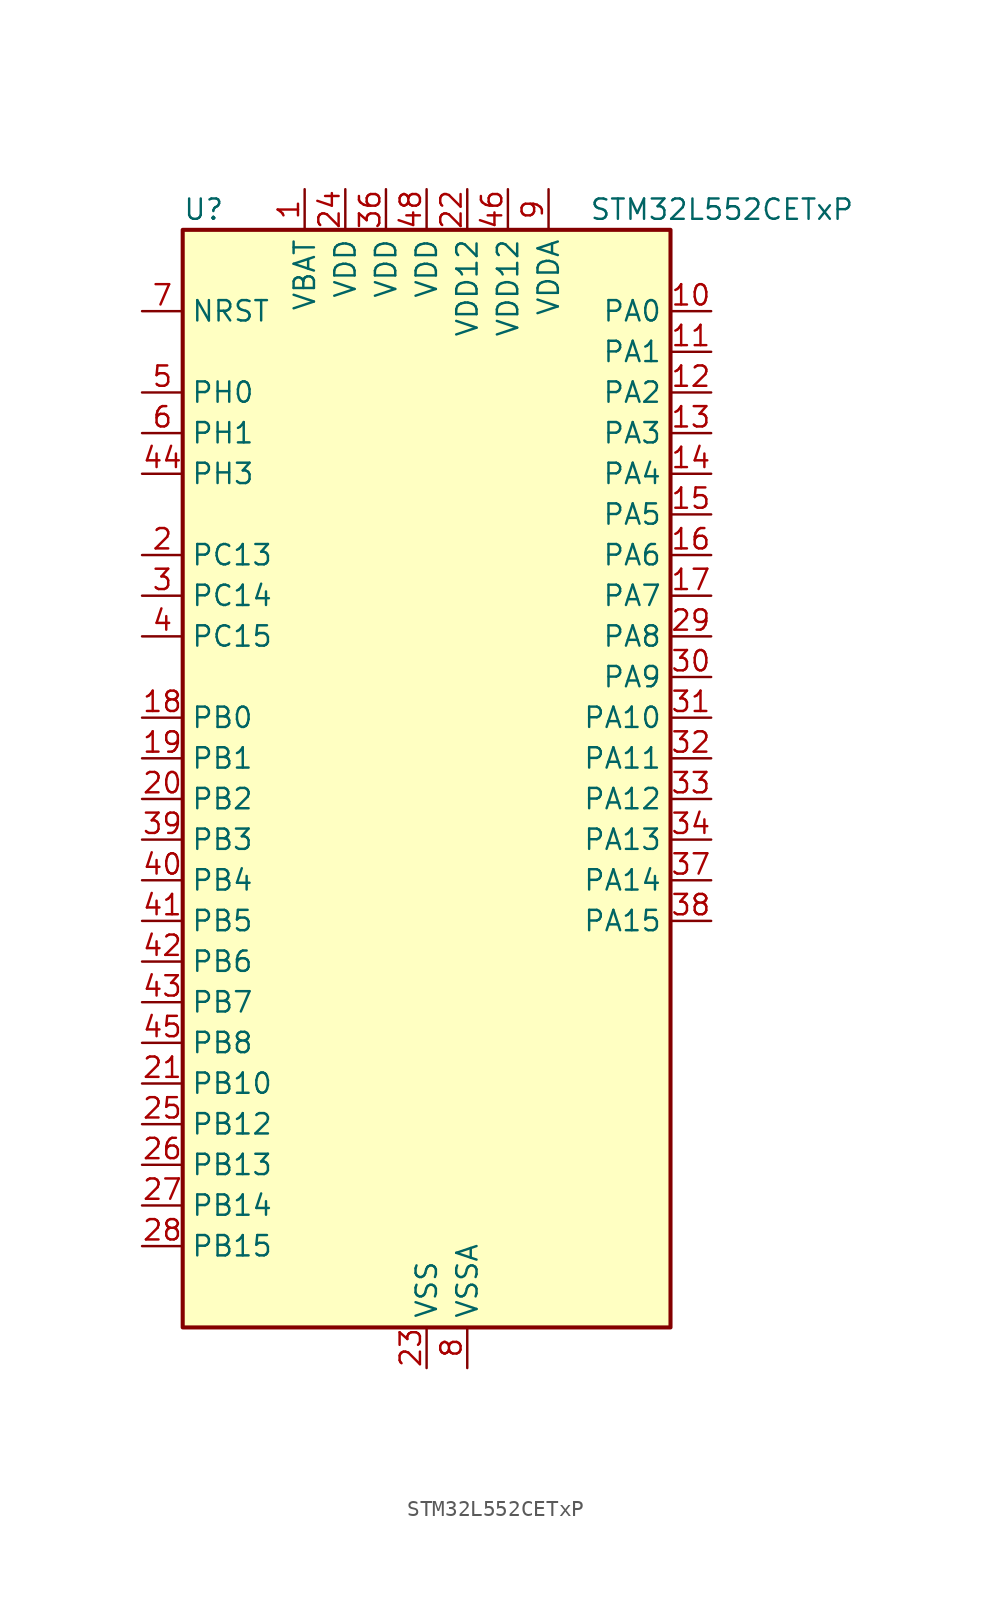
<source format=kicad_sym>
(kicad_symbol_lib
  (version 20241209)
  (generator "kicad_symbol_editor")
  (generator_version "9.0")
  (symbol "STM32L552CETxP"
    (property "Reference" "U"
      (at -15.24 36.83 0)
      (effects (font (size 1.27 1.27)) (justify left)))
    (property "Value" "STM32L552CETxP"
      (at 10.16 36.83 0)
      (effects (font (size 1.27 1.27)) (justify left)))
    (symbol "STM32L552CETxP_0_1"
      (rectangle (start -15.24 -33.02) (end 15.24 35.56) (stroke (width 0.254) (type default)) (fill (type background))))
    (symbol "STM32L552CETxP_1_1"
      (pin input line (at -17.78 30.48 0) (length 2.54) (name "NRST" (effects (font (size 1.27 1.27)))) (number "7" (effects (font (size 1.27 1.27)))))
      (pin bidirectional line (at -17.78 25.4 0) (length 2.54) (name "PH0" (effects (font (size 1.27 1.27)))) (number "5" (effects (font (size 1.27 1.27)))) (alternate "RCC_OSC_IN" bidirectional line))
      (pin bidirectional line (at -17.78 22.86 0) (length 2.54) (name "PH1" (effects (font (size 1.27 1.27)))) (number "6" (effects (font (size 1.27 1.27)))) (alternate "RCC_OSC_OUT" bidirectional line))
      (pin bidirectional line (at -17.78 20.32 0) (length 2.54) (name "PH3" (effects (font (size 1.27 1.27)))) (number "44" (effects (font (size 1.27 1.27)))))
      (pin bidirectional line (at -17.78 15.24 0) (length 2.54) (name "PC13" (effects (font (size 1.27 1.27)))) (number "2" (effects (font (size 1.27 1.27)))) (alternate "PWR_WKUP2" bidirectional line) (alternate "RTC_OUT1" bidirectional line) (alternate "RTC_TS" bidirectional line) (alternate "TAMP_IN1" bidirectional line) (alternate "TAMP_OUT2" bidirectional line))
      (pin bidirectional line (at -17.78 12.7 0) (length 2.54) (name "PC14" (effects (font (size 1.27 1.27)))) (number "3" (effects (font (size 1.27 1.27)))) (alternate "RCC_OSC32_IN" bidirectional line))
      (pin bidirectional line (at -17.78 10.16 0) (length 2.54) (name "PC15" (effects (font (size 1.27 1.27)))) (number "4" (effects (font (size 1.27 1.27)))) (alternate "ADC1_EXTI15" bidirectional line) (alternate "ADC2_EXTI15" bidirectional line) (alternate "RCC_OSC32_OUT" bidirectional line))
      (pin bidirectional line (at -17.78 5.08 0) (length 2.54) (name "PB0" (effects (font (size 1.27 1.27)))) (number "18" (effects (font (size 1.27 1.27)))) (alternate "ADC1_IN15" bidirectional line) (alternate "ADC2_IN15" bidirectional line) (alternate "COMP1_OUT" bidirectional line) (alternate "OCTOSPI1_IO1" bidirectional line) (alternate "OPAMP2_VOUT" bidirectional line) (alternate "SAI1_EXTCLK" bidirectional line) (alternate "SPI1_NSS" bidirectional line) (alternate "TIM1_CH2N" bidirectional line) (alternate "TIM3_CH3" bidirectional line) (alternate "TIM8_CH2N" bidirectional line) (alternate "USART3_CK" bidirectional line))
      (pin bidirectional line (at -17.78 2.54 0) (length 2.54) (name "PB1" (effects (font (size 1.27 1.27)))) (number "19" (effects (font (size 1.27 1.27)))) (alternate "ADC1_IN16" bidirectional line) (alternate "ADC2_IN16" bidirectional line) (alternate "COMP1_INM" bidirectional line) (alternate "DFSDM1_DATIN0" bidirectional line) (alternate "LPTIM2_IN1" bidirectional line) (alternate "LPUART1_DE" bidirectional line) (alternate "LPUART1_RTS" bidirectional line) (alternate "OCTOSPI1_IO0" bidirectional line) (alternate "TIM1_CH3N" bidirectional line) (alternate "TIM3_CH4" bidirectional line) (alternate "TIM8_CH3N" bidirectional line) (alternate "USART3_DE" bidirectional line) (alternate "USART3_RTS" bidirectional line))
      (pin bidirectional line (at -17.78 0 0) (length 2.54) (name "PB2" (effects (font (size 1.27 1.27)))) (number "20" (effects (font (size 1.27 1.27)))) (alternate "COMP1_INP" bidirectional line) (alternate "DFSDM1_CKIN0" bidirectional line) (alternate "I2C3_SMBA" bidirectional line) (alternate "LPTIM1_OUT" bidirectional line) (alternate "OCTOSPI1_DQS" bidirectional line) (alternate "RTC_OUT2" bidirectional line) (alternate "UCPD1_FRSTX1" bidirectional line))
      (pin bidirectional line (at -17.78 -2.54 0) (length 2.54) (name "PB3" (effects (font (size 1.27 1.27)))) (number "39" (effects (font (size 1.27 1.27)))) (alternate "COMP2_INM" bidirectional line) (alternate "CRS_SYNC" bidirectional line) (alternate "DEBUG_JTDO-SWO" bidirectional line) (alternate "SAI1_SCK_B" bidirectional line) (alternate "SPI1_SCK" bidirectional line) (alternate "SPI3_SCK" bidirectional line) (alternate "TIM2_CH2" bidirectional line) (alternate "USART1_DE" bidirectional line) (alternate "USART1_RTS" bidirectional line))
      (pin bidirectional line (at -17.78 -5.08 0) (length 2.54) (name "PB4" (effects (font (size 1.27 1.27)))) (number "40" (effects (font (size 1.27 1.27)))) (alternate "COMP2_INP" bidirectional line) (alternate "DEBUG_JTRST" bidirectional line) (alternate "I2C3_SDA" bidirectional line) (alternate "SAI1_MCLK_B" bidirectional line) (alternate "SPI1_MISO" bidirectional line) (alternate "SPI3_MISO" bidirectional line) (alternate "TIM17_BKIN" bidirectional line) (alternate "TIM3_CH1" bidirectional line) (alternate "TSC_G2_IO1" bidirectional line) (alternate "USART1_CTS" bidirectional line) (alternate "USART1_NSS" bidirectional line))
      (pin bidirectional line (at -17.78 -7.62 0) (length 2.54) (name "PB5" (effects (font (size 1.27 1.27)))) (number "41" (effects (font (size 1.27 1.27)))) (alternate "COMP2_OUT" bidirectional line) (alternate "I2C1_SMBA" bidirectional line) (alternate "LPTIM1_IN1" bidirectional line) (alternate "OCTOSPI1_NCLK" bidirectional line) (alternate "SAI1_SD_B" bidirectional line) (alternate "SPI1_MOSI" bidirectional line) (alternate "SPI3_MOSI" bidirectional line) (alternate "TIM16_BKIN" bidirectional line) (alternate "TIM3_CH2" bidirectional line) (alternate "TSC_G2_IO2" bidirectional line) (alternate "UCPD1_DBCC1" bidirectional line) (alternate "USART1_CK" bidirectional line))
      (pin bidirectional line (at -17.78 -10.16 0) (length 2.54) (name "PB6" (effects (font (size 1.27 1.27)))) (number "42" (effects (font (size 1.27 1.27)))) (alternate "COMP2_INP" bidirectional line) (alternate "I2C1_SCL" bidirectional line) (alternate "I2C4_SCL" bidirectional line) (alternate "LPTIM1_ETR" bidirectional line) (alternate "SAI1_FS_B" bidirectional line) (alternate "TIM16_CH1N" bidirectional line) (alternate "TIM4_CH1" bidirectional line) (alternate "TIM8_BKIN2" bidirectional line) (alternate "TSC_G2_IO3" bidirectional line) (alternate "USART1_TX" bidirectional line))
      (pin bidirectional line (at -17.78 -12.7 0) (length 2.54) (name "PB7" (effects (font (size 1.27 1.27)))) (number "43" (effects (font (size 1.27 1.27)))) (alternate "COMP2_INM" bidirectional line) (alternate "I2C1_SDA" bidirectional line) (alternate "I2C4_SDA" bidirectional line) (alternate "LPTIM1_IN2" bidirectional line) (alternate "PWR_PVD_IN" bidirectional line) (alternate "TIM17_CH1N" bidirectional line) (alternate "TIM4_CH2" bidirectional line) (alternate "TIM8_BKIN" bidirectional line) (alternate "TSC_G2_IO4" bidirectional line) (alternate "UART4_CTS" bidirectional line) (alternate "USART1_RX" bidirectional line))
      (pin bidirectional line (at -17.78 -15.24 0) (length 2.54) (name "PB8" (effects (font (size 1.27 1.27)))) (number "45" (effects (font (size 1.27 1.27)))) (alternate "DFSDM1_CKOUT" bidirectional line) (alternate "FDCAN1_RX" bidirectional line) (alternate "I2C1_SCL" bidirectional line) (alternate "SAI1_CK1" bidirectional line) (alternate "SAI1_MCLK_A" bidirectional line) (alternate "TIM16_CH1" bidirectional line) (alternate "TIM4_CH3" bidirectional line))
      (pin bidirectional line (at -17.78 -17.78 0) (length 2.54) (name "PB10" (effects (font (size 1.27 1.27)))) (number "21" (effects (font (size 1.27 1.27)))) (alternate "COMP1_OUT" bidirectional line) (alternate "I2C2_SCL" bidirectional line) (alternate "I2C4_SCL" bidirectional line) (alternate "LPTIM3_OUT" bidirectional line) (alternate "LPUART1_RX" bidirectional line) (alternate "OCTOSPI1_CLK" bidirectional line) (alternate "SAI1_SCK_A" bidirectional line) (alternate "SPI2_SCK" bidirectional line) (alternate "TIM2_CH3" bidirectional line) (alternate "TSC_SYNC" bidirectional line) (alternate "USART3_TX" bidirectional line))
      (pin bidirectional line (at -17.78 -20.32 0) (length 2.54) (name "PB12" (effects (font (size 1.27 1.27)))) (number "25" (effects (font (size 1.27 1.27)))) (alternate "DFSDM1_DATIN1" bidirectional line) (alternate "I2C2_SMBA" bidirectional line) (alternate "LPUART1_DE" bidirectional line) (alternate "LPUART1_RTS" bidirectional line) (alternate "OCTOSPI1_NCLK" bidirectional line) (alternate "SAI2_FS_A" bidirectional line) (alternate "SPI2_NSS" bidirectional line) (alternate "TIM15_BKIN" bidirectional line) (alternate "TIM1_BKIN" bidirectional line) (alternate "TSC_G1_IO1" bidirectional line) (alternate "USART3_CK" bidirectional line))
      (pin bidirectional line (at -17.78 -22.86 0) (length 2.54) (name "PB13" (effects (font (size 1.27 1.27)))) (number "26" (effects (font (size 1.27 1.27)))) (alternate "DFSDM1_CKIN1" bidirectional line) (alternate "I2C2_SCL" bidirectional line) (alternate "LPTIM3_IN1" bidirectional line) (alternate "LPUART1_CTS" bidirectional line) (alternate "SAI2_SCK_A" bidirectional line) (alternate "SPI2_SCK" bidirectional line) (alternate "TIM15_CH1N" bidirectional line) (alternate "TIM1_CH1N" bidirectional line) (alternate "TSC_G1_IO2" bidirectional line) (alternate "UCPD1_FRSTX2" bidirectional line) (alternate "USART3_CTS" bidirectional line) (alternate "USART3_NSS" bidirectional line))
      (pin bidirectional line (at -17.78 -25.4 0) (length 2.54) (name "PB14" (effects (font (size 1.27 1.27)))) (number "27" (effects (font (size 1.27 1.27)))) (alternate "DFSDM1_DATIN2" bidirectional line) (alternate "I2C2_SDA" bidirectional line) (alternate "LPTIM3_ETR" bidirectional line) (alternate "SAI2_MCLK_A" bidirectional line) (alternate "SPI2_MISO" bidirectional line) (alternate "TIM15_CH1" bidirectional line) (alternate "TIM1_CH2N" bidirectional line) (alternate "TIM8_CH2N" bidirectional line) (alternate "TSC_G1_IO3" bidirectional line) (alternate "UCPD1_DBCC2" bidirectional line) (alternate "USART3_DE" bidirectional line) (alternate "USART3_RTS" bidirectional line))
      (pin bidirectional line (at -17.78 -27.94 0) (length 2.54) (name "PB15" (effects (font (size 1.27 1.27)))) (number "28" (effects (font (size 1.27 1.27)))) (alternate "ADC1_EXTI15" bidirectional line) (alternate "ADC2_EXTI15" bidirectional line) (alternate "DFSDM1_CKIN2" bidirectional line) (alternate "RTC_REFIN" bidirectional line) (alternate "SAI2_SD_A" bidirectional line) (alternate "SPI2_MOSI" bidirectional line) (alternate "TIM15_CH2" bidirectional line) (alternate "TIM1_CH3N" bidirectional line) (alternate "TIM8_CH3N" bidirectional line) (alternate "UCPD1_CC2" bidirectional line))
      (pin power_in line (at -7.62 38.1 270) (length 2.54) (name "VBAT" (effects (font (size 1.27 1.27)))) (number "1" (effects (font (size 1.27 1.27)))))
      (pin power_in line (at -5.08 38.1 270) (length 2.54) (name "VDD" (effects (font (size 1.27 1.27)))) (number "24" (effects (font (size 1.27 1.27)))))
      (pin power_in line (at -2.54 38.1 270) (length 2.54) (name "VDD" (effects (font (size 1.27 1.27)))) (number "36" (effects (font (size 1.27 1.27)))))
      (pin power_in line (at 0 38.1 270) (length 2.54) (name "VDD" (effects (font (size 1.27 1.27)))) (number "48" (effects (font (size 1.27 1.27)))))
      (pin power_in line (at 0 -35.56 90) (length 2.54) (name "VSS" (effects (font (size 1.27 1.27)))) (number "23" (effects (font (size 1.27 1.27)))))
      (pin passive line (at 0 -35.56 90) (length 2.54) (hide yes) (name "VSS" (effects (font (size 1.27 1.27)))) (number "35" (effects (font (size 1.27 1.27)))))
      (pin passive line (at 0 -35.56 90) (length 2.54) (hide yes) (name "VSS" (effects (font (size 1.27 1.27)))) (number "47" (effects (font (size 1.27 1.27)))))
      (pin power_in line (at 2.54 38.1 270) (length 2.54) (name "VDD12" (effects (font (size 1.27 1.27)))) (number "22" (effects (font (size 1.27 1.27)))))
      (pin power_in line (at 2.54 -35.56 90) (length 2.54) (name "VSSA" (effects (font (size 1.27 1.27)))) (number "8" (effects (font (size 1.27 1.27)))))
      (pin power_in line (at 5.08 38.1 270) (length 2.54) (name "VDD12" (effects (font (size 1.27 1.27)))) (number "46" (effects (font (size 1.27 1.27)))))
      (pin power_in line (at 7.62 38.1 270) (length 2.54) (name "VDDA" (effects (font (size 1.27 1.27)))) (number "9" (effects (font (size 1.27 1.27)))))
      (pin bidirectional line (at 17.78 30.48 180) (length 2.54) (name "PA0" (effects (font (size 1.27 1.27)))) (number "10" (effects (font (size 1.27 1.27)))) (alternate "ADC1_IN5" bidirectional line) (alternate "ADC2_IN5" bidirectional line) (alternate "OPAMP1_VINP" bidirectional line) (alternate "PWR_WKUP1" bidirectional line) (alternate "SAI1_EXTCLK" bidirectional line) (alternate "TAMP_IN2" bidirectional line) (alternate "TAMP_OUT1" bidirectional line) (alternate "TIM2_CH1" bidirectional line) (alternate "TIM2_ETR" bidirectional line) (alternate "TIM5_CH1" bidirectional line) (alternate "TIM8_ETR" bidirectional line) (alternate "UART4_TX" bidirectional line) (alternate "USART2_CTS" bidirectional line) (alternate "USART2_NSS" bidirectional line))
      (pin bidirectional line (at 17.78 27.94 180) (length 2.54) (name "PA1" (effects (font (size 1.27 1.27)))) (number "11" (effects (font (size 1.27 1.27)))) (alternate "ADC1_IN6" bidirectional line) (alternate "ADC2_IN6" bidirectional line) (alternate "I2C1_SMBA" bidirectional line) (alternate "OCTOSPI1_DQS" bidirectional line) (alternate "OPAMP1_VINM" bidirectional line) (alternate "SPI1_SCK" bidirectional line) (alternate "TAMP_IN5" bidirectional line) (alternate "TAMP_OUT4" bidirectional line) (alternate "TIM15_CH1N" bidirectional line) (alternate "TIM2_CH2" bidirectional line) (alternate "TIM5_CH2" bidirectional line) (alternate "UART4_RX" bidirectional line) (alternate "USART2_DE" bidirectional line) (alternate "USART2_RTS" bidirectional line))
      (pin bidirectional line (at 17.78 25.4 180) (length 2.54) (name "PA2" (effects (font (size 1.27 1.27)))) (number "12" (effects (font (size 1.27 1.27)))) (alternate "ADC1_IN7" bidirectional line) (alternate "ADC2_IN7" bidirectional line) (alternate "COMP1_INP" bidirectional line) (alternate "LPUART1_TX" bidirectional line) (alternate "OCTOSPI1_NCS" bidirectional line) (alternate "PWR_WKUP4" bidirectional line) (alternate "RCC_LSCO" bidirectional line) (alternate "SAI2_EXTCLK" bidirectional line) (alternate "TIM15_CH1" bidirectional line) (alternate "TIM2_CH3" bidirectional line) (alternate "TIM5_CH3" bidirectional line) (alternate "UCPD1_FRSTX1" bidirectional line) (alternate "USART2_TX" bidirectional line))
      (pin bidirectional line (at 17.78 22.86 180) (length 2.54) (name "PA3" (effects (font (size 1.27 1.27)))) (number "13" (effects (font (size 1.27 1.27)))) (alternate "ADC1_IN8" bidirectional line) (alternate "ADC2_IN8" bidirectional line) (alternate "LPUART1_RX" bidirectional line) (alternate "OCTOSPI1_CLK" bidirectional line) (alternate "OPAMP1_VOUT" bidirectional line) (alternate "SAI1_CK1" bidirectional line) (alternate "SAI1_MCLK_A" bidirectional line) (alternate "TIM15_CH2" bidirectional line) (alternate "TIM2_CH4" bidirectional line) (alternate "TIM5_CH4" bidirectional line) (alternate "USART2_RX" bidirectional line))
      (pin bidirectional line (at 17.78 20.32 180) (length 2.54) (name "PA4" (effects (font (size 1.27 1.27)))) (number "14" (effects (font (size 1.27 1.27)))) (alternate "ADC1_IN9" bidirectional line) (alternate "ADC2_IN9" bidirectional line) (alternate "DAC1_OUT1" bidirectional line) (alternate "LPTIM2_OUT" bidirectional line) (alternate "OCTOSPI1_NCS" bidirectional line) (alternate "SAI1_FS_B" bidirectional line) (alternate "SPI1_NSS" bidirectional line) (alternate "SPI3_NSS" bidirectional line) (alternate "USART2_CK" bidirectional line))
      (pin bidirectional line (at 17.78 17.78 180) (length 2.54) (name "PA5" (effects (font (size 1.27 1.27)))) (number "15" (effects (font (size 1.27 1.27)))) (alternate "ADC1_IN10" bidirectional line) (alternate "ADC2_IN10" bidirectional line) (alternate "DAC1_OUT2" bidirectional line) (alternate "LPTIM2_ETR" bidirectional line) (alternate "SPI1_SCK" bidirectional line) (alternate "TIM2_CH1" bidirectional line) (alternate "TIM2_ETR" bidirectional line) (alternate "TIM8_CH1N" bidirectional line))
      (pin bidirectional line (at 17.78 15.24 180) (length 2.54) (name "PA6" (effects (font (size 1.27 1.27)))) (number "16" (effects (font (size 1.27 1.27)))) (alternate "ADC1_IN11" bidirectional line) (alternate "ADC2_IN11" bidirectional line) (alternate "LPUART1_CTS" bidirectional line) (alternate "OCTOSPI1_IO3" bidirectional line) (alternate "OPAMP2_VINP" bidirectional line) (alternate "SPI1_MISO" bidirectional line) (alternate "TIM16_CH1" bidirectional line) (alternate "TIM1_BKIN" bidirectional line) (alternate "TIM3_CH1" bidirectional line) (alternate "TIM8_BKIN" bidirectional line) (alternate "USART3_CTS" bidirectional line) (alternate "USART3_NSS" bidirectional line))
      (pin bidirectional line (at 17.78 12.7 180) (length 2.54) (name "PA7" (effects (font (size 1.27 1.27)))) (number "17" (effects (font (size 1.27 1.27)))) (alternate "ADC1_IN12" bidirectional line) (alternate "ADC2_IN12" bidirectional line) (alternate "I2C3_SCL" bidirectional line) (alternate "OCTOSPI1_IO2" bidirectional line) (alternate "OPAMP2_VINM" bidirectional line) (alternate "SPI1_MOSI" bidirectional line) (alternate "TIM17_CH1" bidirectional line) (alternate "TIM1_CH1N" bidirectional line) (alternate "TIM3_CH2" bidirectional line) (alternate "TIM8_CH1N" bidirectional line))
      (pin bidirectional line (at 17.78 10.16 180) (length 2.54) (name "PA8" (effects (font (size 1.27 1.27)))) (number "29" (effects (font (size 1.27 1.27)))) (alternate "LPTIM2_OUT" bidirectional line) (alternate "RCC_MCO" bidirectional line) (alternate "SAI1_CK2" bidirectional line) (alternate "SAI1_SCK_A" bidirectional line) (alternate "TIM1_CH1" bidirectional line) (alternate "USART1_CK" bidirectional line))
      (pin bidirectional line (at 17.78 7.62 180) (length 2.54) (name "PA9" (effects (font (size 1.27 1.27)))) (number "30" (effects (font (size 1.27 1.27)))) (alternate "DAC1_EXTI9" bidirectional line) (alternate "SAI1_FS_A" bidirectional line) (alternate "SPI2_SCK" bidirectional line) (alternate "TIM15_BKIN" bidirectional line) (alternate "TIM1_CH2" bidirectional line) (alternate "USART1_TX" bidirectional line))
      (pin bidirectional line (at 17.78 5.08 180) (length 2.54) (name "PA10" (effects (font (size 1.27 1.27)))) (number "31" (effects (font (size 1.27 1.27)))) (alternate "CRS_SYNC" bidirectional line) (alternate "SAI1_D1" bidirectional line) (alternate "SAI1_SD_A" bidirectional line) (alternate "TIM17_BKIN" bidirectional line) (alternate "TIM1_CH3" bidirectional line) (alternate "USART1_RX" bidirectional line))
      (pin bidirectional line (at 17.78 2.54 180) (length 2.54) (name "PA11" (effects (font (size 1.27 1.27)))) (number "32" (effects (font (size 1.27 1.27)))) (alternate "ADC1_EXTI11" bidirectional line) (alternate "ADC2_EXTI11" bidirectional line) (alternate "FDCAN1_RX" bidirectional line) (alternate "SPI1_MISO" bidirectional line) (alternate "TIM1_BKIN2" bidirectional line) (alternate "TIM1_CH4" bidirectional line) (alternate "USART1_CTS" bidirectional line) (alternate "USART1_NSS" bidirectional line) (alternate "USB_DM" bidirectional line))
      (pin bidirectional line (at 17.78 0 180) (length 2.54) (name "PA12" (effects (font (size 1.27 1.27)))) (number "33" (effects (font (size 1.27 1.27)))) (alternate "FDCAN1_TX" bidirectional line) (alternate "SPI1_MOSI" bidirectional line) (alternate "TIM1_ETR" bidirectional line) (alternate "USART1_DE" bidirectional line) (alternate "USART1_RTS" bidirectional line) (alternate "USB_DP" bidirectional line))
      (pin bidirectional line (at 17.78 -2.54 180) (length 2.54) (name "PA13" (effects (font (size 1.27 1.27)))) (number "34" (effects (font (size 1.27 1.27)))) (alternate "DEBUG_JTMS-SWDIO" bidirectional line) (alternate "IR_OUT" bidirectional line) (alternate "SAI1_SD_B" bidirectional line) (alternate "USB_NOE" bidirectional line))
      (pin bidirectional line (at 17.78 -5.08 180) (length 2.54) (name "PA14" (effects (font (size 1.27 1.27)))) (number "37" (effects (font (size 1.27 1.27)))) (alternate "DEBUG_JTCK-SWCLK" bidirectional line) (alternate "I2C1_SMBA" bidirectional line) (alternate "I2C4_SMBA" bidirectional line) (alternate "LPTIM1_OUT" bidirectional line) (alternate "SAI1_FS_B" bidirectional line))
      (pin bidirectional line (at 17.78 -7.62 180) (length 2.54) (name "PA15" (effects (font (size 1.27 1.27)))) (number "38" (effects (font (size 1.27 1.27)))) (alternate "ADC1_EXTI15" bidirectional line) (alternate "ADC2_EXTI15" bidirectional line) (alternate "DEBUG_JTDI" bidirectional line) (alternate "SAI2_FS_B" bidirectional line) (alternate "SPI1_NSS" bidirectional line) (alternate "SPI3_NSS" bidirectional line) (alternate "TIM2_CH1" bidirectional line) (alternate "TIM2_ETR" bidirectional line) (alternate "UART4_DE" bidirectional line) (alternate "UART4_RTS" bidirectional line) (alternate "UCPD1_CC1" bidirectional line) (alternate "USART2_RX" bidirectional line) (alternate "USART3_DE" bidirectional line) (alternate "USART3_RTS" bidirectional line)))))
</source>
